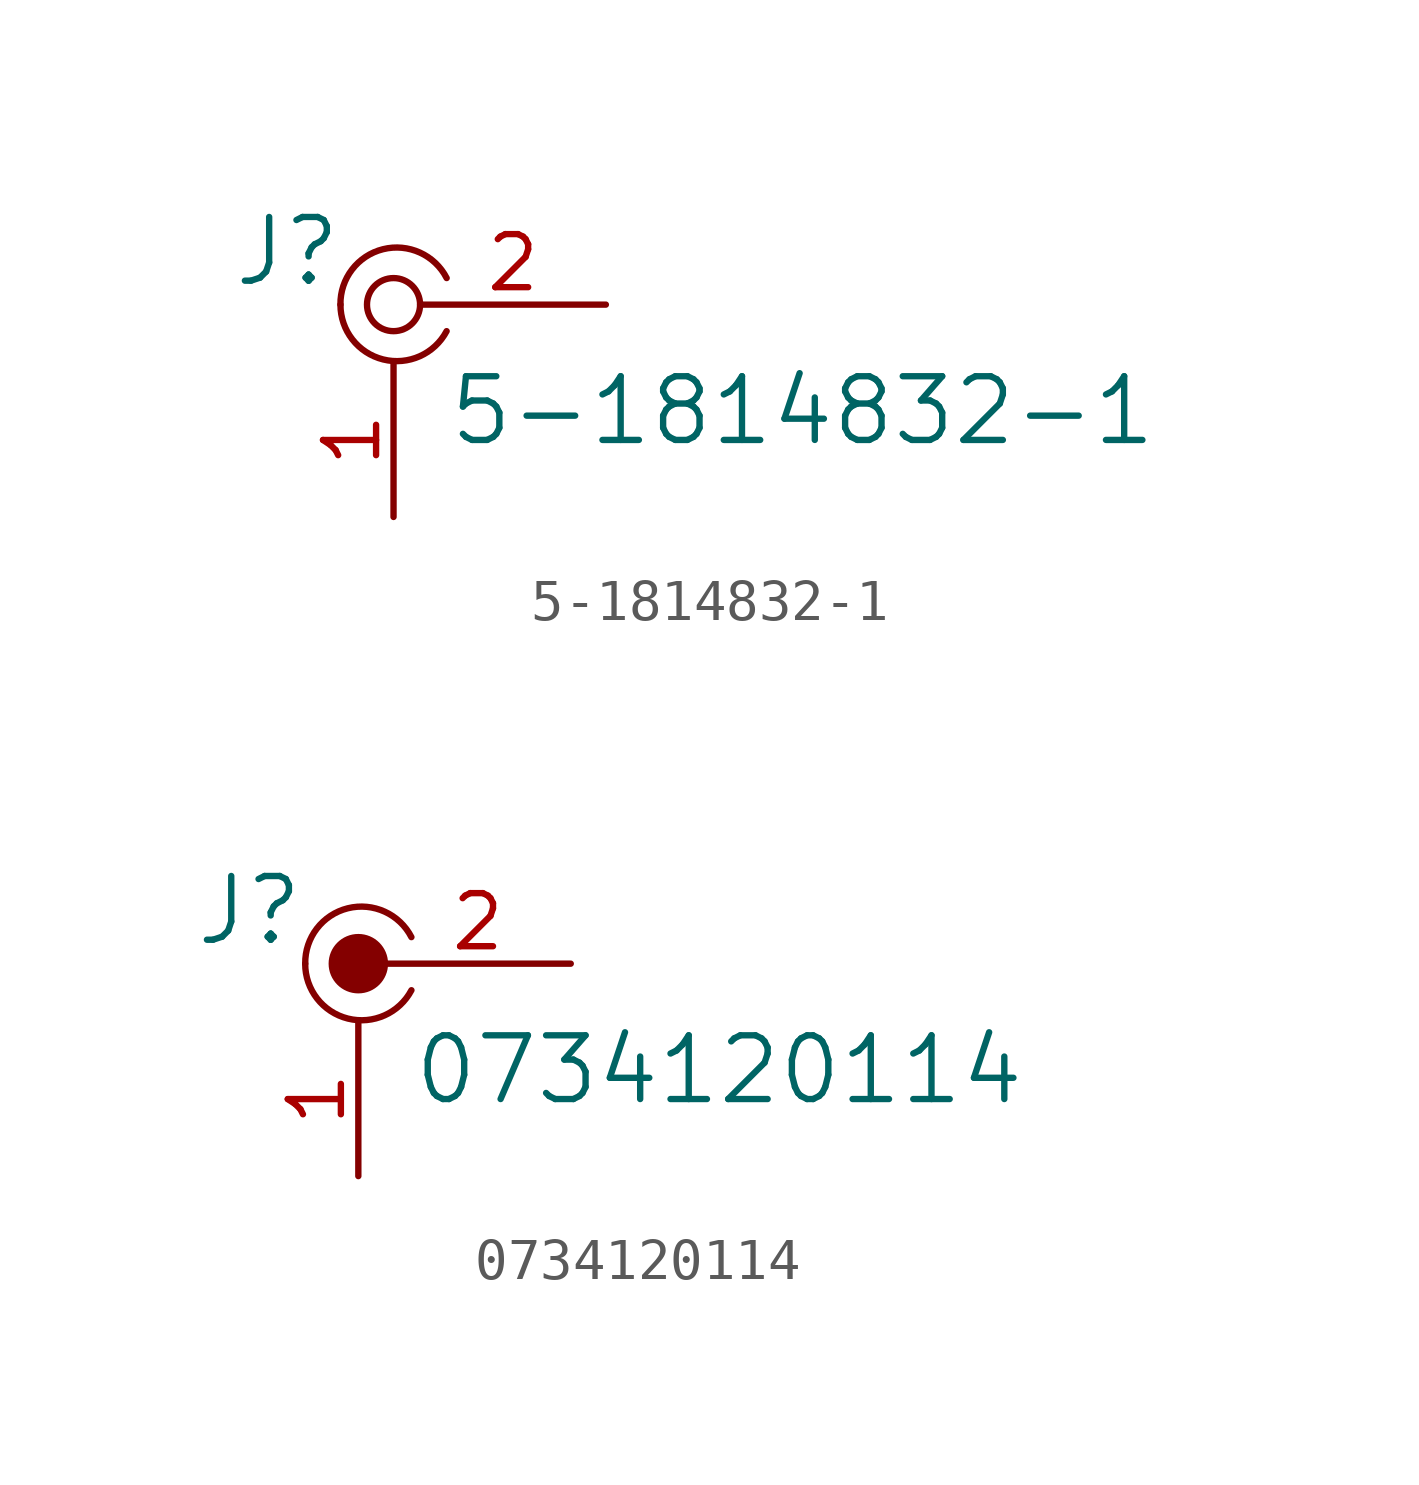
<source format=kicad_sym>
(kicad_symbol_lib
  (version 20211014)
  (generator kicad_symbol_editor)
  (symbol "5-1814832-1"
    (pin_names
      (offset 1.016))
    (property "Reference" "J"
      (at -2.54 1.27 0)
      (effects (font (size 1.524 1.524))))
    (property "Value" "5-1814832-1"
      (at 1.27 -2.54 0)
      (effects (font (size 1.524 1.524)) (justify left)))
    (symbol "5-1814832-1_0_1"
      (arc (start -1.27 0) (mid -0.2651 -1.3081) (end 1.27 -0.635) (stroke (width 0) (type default) (color 0 0 0 0)) (fill (type none)))
      (circle (center 0 0) (radius 0.635) (stroke (width 0) (type default) (color 0 0 0 0)) (fill (type none)))
      (arc (start 1.27 0.635) (mid -0.2496 1.3256) (end -1.27 0) (stroke (width 0) (type default) (color 0 0 0 0)) (fill (type none))))
    (symbol "5-1814832-1_1_1"
      (pin passive line (at 0 -5.08 90) (length 3.683) (name "~" (effects (font (size 1.27 1.27)))) (number "1" (effects (font (size 1.27 1.27)))))
      (pin passive line (at 5.08 0 180) (length 4.445) (name "~" (effects (font (size 1.27 1.27)))) (number "2" (effects (font (size 1.27 1.27)))))))
  (symbol "0734120114"
    (pin_names
      (offset 1.016))
    (property "Reference" "J"
      (at -1.27 1.27 0)
      (effects (font (size 1.524 1.524)) (justify right)))
    (property "Value" "0734120114"
      (at 1.27 -2.54 0)
      (effects (font (size 1.524 1.524)) (justify left)))
    (symbol "0734120114_0_1"
      (arc (start -1.27 0) (mid -0.2651 -1.3081) (end 1.27 -0.635) (stroke (width 0) (type default) (color 0 0 0 0)) (fill (type none)))
      (circle (center 0 0) (radius 0.635) (stroke (width 0) (type default) (color 0 0 0 0)) (fill (type outline)))
      (arc (start 1.27 0.635) (mid -0.2496 1.3256) (end -1.27 0) (stroke (width 0) (type default) (color 0 0 0 0)) (fill (type none))))
    (symbol "0734120114_1_1"
      (pin passive line (at 0 -5.08 90) (length 3.683) (name "~" (effects (font (size 1.27 1.27)))) (number "1" (effects (font (size 1.27 1.27)))))
      (pin passive line (at 5.08 0 180) (length 4.445) (name "~" (effects (font (size 1.27 1.27)))) (number "2" (effects (font (size 1.27 1.27))))))))
</source>
